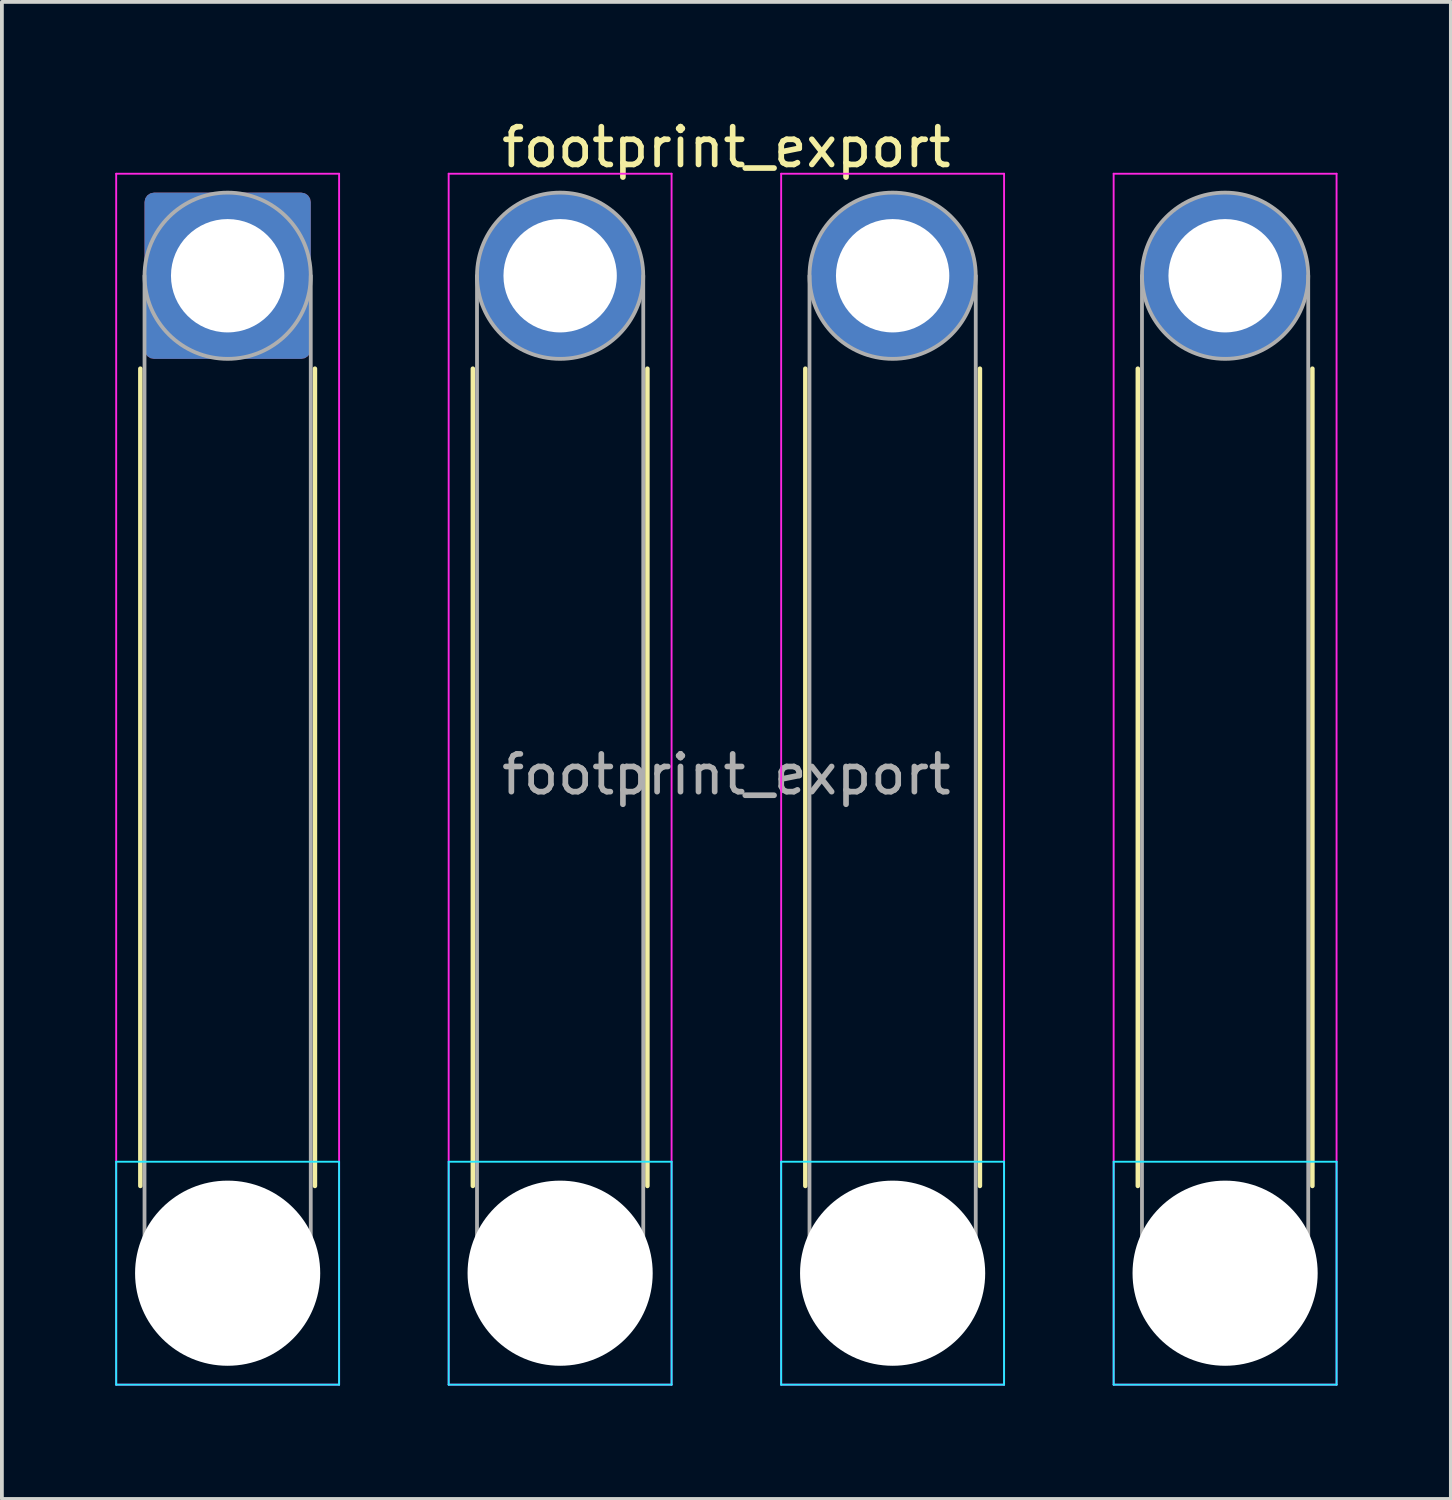
<source format=kicad_pcb>
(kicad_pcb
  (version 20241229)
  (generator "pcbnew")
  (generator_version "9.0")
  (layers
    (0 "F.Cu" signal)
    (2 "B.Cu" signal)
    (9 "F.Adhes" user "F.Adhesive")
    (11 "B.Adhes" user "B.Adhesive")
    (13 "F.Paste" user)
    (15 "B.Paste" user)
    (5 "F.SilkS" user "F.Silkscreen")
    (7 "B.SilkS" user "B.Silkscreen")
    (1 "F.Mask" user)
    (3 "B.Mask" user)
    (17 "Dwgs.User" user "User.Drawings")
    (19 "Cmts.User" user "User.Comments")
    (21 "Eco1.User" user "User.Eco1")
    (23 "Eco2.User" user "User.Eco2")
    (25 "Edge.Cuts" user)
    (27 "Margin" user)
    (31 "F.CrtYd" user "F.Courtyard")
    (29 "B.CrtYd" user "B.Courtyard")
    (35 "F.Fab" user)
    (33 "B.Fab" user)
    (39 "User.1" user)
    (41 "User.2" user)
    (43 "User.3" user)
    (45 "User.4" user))
  (footprint "footprint_export"
    (layer "F.Cu")
    (at 2.975 4.248)
    (property "Reference" "footprint_export" (at 13.2 -3.4 0) (layer "F.SilkS") (effects (font (size 1 1) (thickness 0.15))))
    (attr exclude_from_pos_files exclude_from_bom)
    (fp_line (start -2.31 2.46) (end -2.31 24.09) (stroke (width 0.12) (type solid)) (layer "F.SilkS"))
    (fp_line (start 2.31 2.46) (end 2.31 24.09) (stroke (width 0.12) (type solid)) (layer "F.SilkS"))
    (fp_line (start 6.49 2.46) (end 6.49 24.09) (stroke (width 0.12) (type solid)) (layer "F.SilkS"))
    (fp_line (start 11.11 2.46) (end 11.11 24.09) (stroke (width 0.12) (type solid)) (layer "F.SilkS"))
    (fp_line (start 15.29 2.46) (end 15.29 24.09) (stroke (width 0.12) (type solid)) (layer "F.SilkS"))
    (fp_line (start 19.91 2.46) (end 19.91 24.09) (stroke (width 0.12) (type solid)) (layer "F.SilkS"))
    (fp_line (start 24.09 2.46) (end 24.09 24.09) (stroke (width 0.12) (type solid)) (layer "F.SilkS"))
    (fp_line (start 28.71 2.46) (end 28.71 24.09) (stroke (width 0.12) (type solid)) (layer "F.SilkS"))
    (fp_line (start -2.95 23.45) (end -2.95 29.35) (stroke (width 0.05) (type solid)) (layer "B.CrtYd"))
    (fp_line (start -2.95 29.35) (end 2.95 29.35) (stroke (width 0.05) (type solid)) (layer "B.CrtYd"))
    (fp_line (start 2.95 23.45) (end -2.95 23.45) (stroke (width 0.05) (type solid)) (layer "B.CrtYd"))
    (fp_line (start 2.95 29.35) (end 2.95 23.45) (stroke (width 0.05) (type solid)) (layer "B.CrtYd"))
    (fp_line (start 5.85 23.45) (end 5.85 29.35) (stroke (width 0.05) (type solid)) (layer "B.CrtYd"))
    (fp_line (start 5.85 29.35) (end 11.75 29.35) (stroke (width 0.05) (type solid)) (layer "B.CrtYd"))
    (fp_line (start 11.75 23.45) (end 5.85 23.45) (stroke (width 0.05) (type solid)) (layer "B.CrtYd"))
    (fp_line (start 11.75 29.35) (end 11.75 23.45) (stroke (width 0.05) (type solid)) (layer "B.CrtYd"))
    (fp_line (start 14.65 23.45) (end 14.65 29.35) (stroke (width 0.05) (type solid)) (layer "B.CrtYd"))
    (fp_line (start 14.65 29.35) (end 20.55 29.35) (stroke (width 0.05) (type solid)) (layer "B.CrtYd"))
    (fp_line (start 20.55 23.45) (end 14.65 23.45) (stroke (width 0.05) (type solid)) (layer "B.CrtYd"))
    (fp_line (start 20.55 29.35) (end 20.55 23.45) (stroke (width 0.05) (type solid)) (layer "B.CrtYd"))
    (fp_line (start 23.45 23.45) (end 23.45 29.35) (stroke (width 0.05) (type solid)) (layer "B.CrtYd"))
    (fp_line (start 23.45 29.35) (end 29.35 29.35) (stroke (width 0.05) (type solid)) (layer "B.CrtYd"))
    (fp_line (start 29.35 23.45) (end 23.45 23.45) (stroke (width 0.05) (type solid)) (layer "B.CrtYd"))
    (fp_line (start 29.35 29.35) (end 29.35 23.45) (stroke (width 0.05) (type solid)) (layer "B.CrtYd"))
    (fp_line (start -2.95 -2.7) (end -2.95 29.35) (stroke (width 0.05) (type solid)) (layer "F.CrtYd"))
    (fp_line (start -2.95 29.35) (end 2.95 29.35) (stroke (width 0.05) (type solid)) (layer "F.CrtYd"))
    (fp_line (start 2.95 -2.7) (end -2.95 -2.7) (stroke (width 0.05) (type solid)) (layer "F.CrtYd"))
    (fp_line (start 2.95 29.35) (end 2.95 -2.7) (stroke (width 0.05) (type solid)) (layer "F.CrtYd"))
    (fp_line (start 5.85 -2.7) (end 5.85 29.35) (stroke (width 0.05) (type solid)) (layer "F.CrtYd"))
    (fp_line (start 5.85 29.35) (end 11.75 29.35) (stroke (width 0.05) (type solid)) (layer "F.CrtYd"))
    (fp_line (start 11.75 -2.7) (end 5.85 -2.7) (stroke (width 0.05) (type solid)) (layer "F.CrtYd"))
    (fp_line (start 11.75 29.35) (end 11.75 -2.7) (stroke (width 0.05) (type solid)) (layer "F.CrtYd"))
    (fp_line (start 14.65 -2.7) (end 14.65 29.35) (stroke (width 0.05) (type solid)) (layer "F.CrtYd"))
    (fp_line (start 14.65 29.35) (end 20.55 29.35) (stroke (width 0.05) (type solid)) (layer "F.CrtYd"))
    (fp_line (start 20.55 -2.7) (end 14.65 -2.7) (stroke (width 0.05) (type solid)) (layer "F.CrtYd"))
    (fp_line (start 20.55 29.35) (end 20.55 -2.7) (stroke (width 0.05) (type solid)) (layer "F.CrtYd"))
    (fp_line (start 23.45 -2.7) (end 23.45 29.35) (stroke (width 0.05) (type solid)) (layer "F.CrtYd"))
    (fp_line (start 23.45 29.35) (end 29.35 29.35) (stroke (width 0.05) (type solid)) (layer "F.CrtYd"))
    (fp_line (start 29.35 -2.7) (end 23.45 -2.7) (stroke (width 0.05) (type solid)) (layer "F.CrtYd"))
    (fp_line (start 29.35 29.35) (end 29.35 -2.7) (stroke (width 0.05) (type solid)) (layer "F.CrtYd"))
    (fp_line (start -2.2 0) (end -2.2 26.4) (stroke (width 0.1) (type solid)) (layer "F.Fab"))
    (fp_line (start 2.2 0) (end 2.2 26.4) (stroke (width 0.1) (type solid)) (layer "F.Fab"))
    (fp_line (start 6.6 0) (end 6.6 26.4) (stroke (width 0.1) (type solid)) (layer "F.Fab"))
    (fp_line (start 11 0) (end 11 26.4) (stroke (width 0.1) (type solid)) (layer "F.Fab"))
    (fp_line (start 15.4 0) (end 15.4 26.4) (stroke (width 0.1) (type solid)) (layer "F.Fab"))
    (fp_line (start 19.8 0) (end 19.8 26.4) (stroke (width 0.1) (type solid)) (layer "F.Fab"))
    (fp_line (start 24.2 0) (end 24.2 26.4) (stroke (width 0.1) (type solid)) (layer "F.Fab"))
    (fp_line (start 28.6 0) (end 28.6 26.4) (stroke (width 0.1) (type solid)) (layer "F.Fab"))
    (fp_circle (center 0 0) (end 2.2 0) (stroke (width 0.1) (type solid)) (fill no) (layer "F.Fab"))
    (fp_circle (center 0 26.4) (end 2.2 26.4) (stroke (width 0.1) (type solid)) (fill no) (layer "F.Fab"))
    (fp_circle (center 8.8 0) (end 11 0) (stroke (width 0.1) (type solid)) (fill no) (layer "F.Fab"))
    (fp_circle (center 8.8 26.4) (end 11 26.4) (stroke (width 0.1) (type solid)) (fill no) (layer "F.Fab"))
    (fp_circle (center 17.6 0) (end 19.8 0) (stroke (width 0.1) (type solid)) (fill no) (layer "F.Fab"))
    (fp_circle (center 17.6 26.4) (end 19.8 26.4) (stroke (width 0.1) (type solid)) (fill no) (layer "F.Fab"))
    (fp_circle (center 26.4 0) (end 28.6 0) (stroke (width 0.1) (type solid)) (fill no) (layer "F.Fab"))
    (fp_circle (center 26.4 26.4) (end 28.6 26.4) (stroke (width 0.1) (type solid)) (fill no) (layer "F.Fab"))
    (fp_text user "${REFERENCE}" (at 13.2 13.2 0) (layer "F.Fab") (effects (font (size 1 1) (thickness 0.15))))
    (pad "" np_thru_hole circle (at 0 26.4) (size 4.9 4.9) (drill 4.9) (layers "*.Cu" "*.Mask"))
    (pad "" np_thru_hole circle (at 8.8 26.4) (size 4.9 4.9) (drill 4.9) (layers "*.Cu" "*.Mask"))
    (pad "" np_thru_hole circle (at 17.6 26.4) (size 4.9 4.9) (drill 4.9) (layers "*.Cu" "*.Mask"))
    (pad "" np_thru_hole circle (at 26.4 26.4) (size 4.9 4.9) (drill 4.9) (layers "*.Cu" "*.Mask"))
    (pad "1" thru_hole roundrect (at 0 0) (size 4.4 4.4) (drill 3) (layers "*.Cu" "*.Mask") (roundrect_rratio 0.057))
    (pad "2" thru_hole circle (at 8.8 0) (size 4.4 4.4) (drill 3) (layers "*.Cu" "*.Mask"))
    (pad "3" thru_hole circle (at 17.6 0) (size 4.4 4.4) (drill 3) (layers "*.Cu" "*.Mask"))
    (pad "4" thru_hole circle (at 26.4 0) (size 4.4 4.4) (drill 3) (layers "*.Cu" "*.Mask")))
  (gr_rect
    (start -3 -3)
    (end 35.35 36.623)
    (stroke (width 0.1) (type default))
    (fill no)
    (layer "Edge.Cuts")))
</source>
